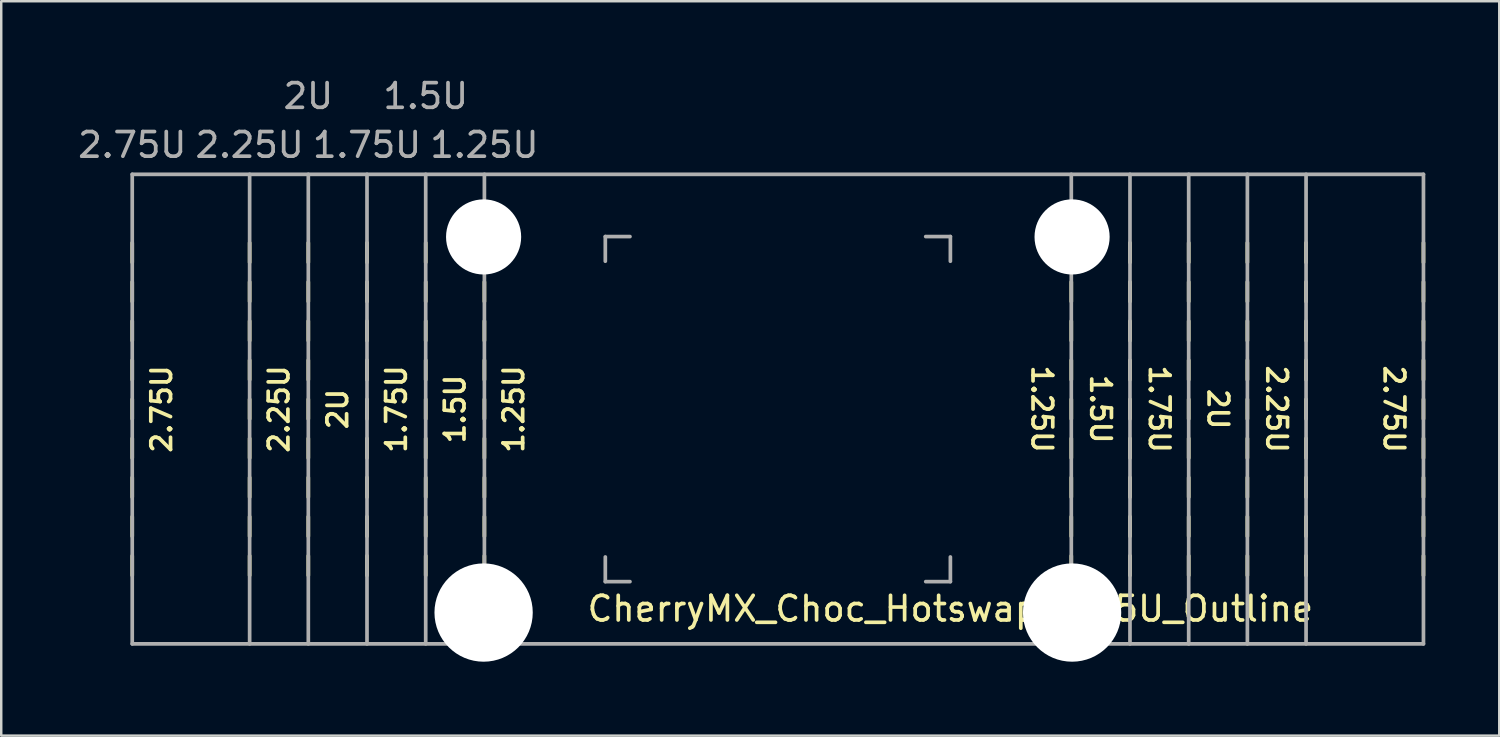
<source format=kicad_pcb>
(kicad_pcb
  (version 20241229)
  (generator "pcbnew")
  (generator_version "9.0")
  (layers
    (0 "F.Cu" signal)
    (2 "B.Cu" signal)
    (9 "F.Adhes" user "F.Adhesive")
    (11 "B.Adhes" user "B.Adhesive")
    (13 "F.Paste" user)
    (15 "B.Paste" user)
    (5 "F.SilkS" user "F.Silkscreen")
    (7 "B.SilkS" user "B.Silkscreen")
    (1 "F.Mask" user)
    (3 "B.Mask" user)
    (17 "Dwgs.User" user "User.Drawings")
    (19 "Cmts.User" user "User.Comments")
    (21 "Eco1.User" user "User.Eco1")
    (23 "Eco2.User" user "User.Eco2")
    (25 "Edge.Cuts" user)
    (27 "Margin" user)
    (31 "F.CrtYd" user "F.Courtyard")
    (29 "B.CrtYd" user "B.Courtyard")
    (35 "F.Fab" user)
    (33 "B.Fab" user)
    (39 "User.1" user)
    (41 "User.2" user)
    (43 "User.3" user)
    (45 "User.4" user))
  (footprint "CherryMX_Choc_Hotswap_2.75U_Outline"
    (layer "F.Cu")
    (at 28.509 13.548)
    (property "Reference" "CherryMX_Choc_Hotswap_2.75U_Outline" (at 7 8.1 0) (layer "F.SilkS") (effects (font (size 1 1) (thickness 0.15))))
    (attr through_hole)
    (fp_line (start -26.194 -5.953) (end -26.194 -6.747) (stroke (width 0.15) (type solid)) (layer "F.SilkS"))
    (fp_line (start -26.194 -4.366) (end -26.194 -5.159) (stroke (width 0.15) (type solid)) (layer "F.SilkS"))
    (fp_line (start -26.194 -2.778) (end -26.194 -3.572) (stroke (width 0.15) (type solid)) (layer "F.SilkS"))
    (fp_line (start -26.194 -1.191) (end -26.194 -1.984) (stroke (width 0.15) (type solid)) (layer "F.SilkS"))
    (fp_line (start -26.194 -0.397) (end -26.194 0.397) (stroke (width 0.15) (type solid)) (layer "F.SilkS"))
    (fp_line (start -26.194 1.191) (end -26.194 1.984) (stroke (width 0.15) (type solid)) (layer "F.SilkS"))
    (fp_line (start -26.194 2.778) (end -26.194 3.572) (stroke (width 0.15) (type solid)) (layer "F.SilkS"))
    (fp_line (start -26.194 4.366) (end -26.194 5.159) (stroke (width 0.15) (type solid)) (layer "F.SilkS"))
    (fp_line (start -26.194 5.953) (end -26.194 6.747) (stroke (width 0.15) (type solid)) (layer "F.SilkS"))
    (fp_line (start -21.431 -5.953) (end -21.431 -6.747) (stroke (width 0.15) (type solid)) (layer "F.SilkS"))
    (fp_line (start -21.431 -4.366) (end -21.431 -5.159) (stroke (width 0.15) (type solid)) (layer "F.SilkS"))
    (fp_line (start -21.431 -2.778) (end -21.431 -3.572) (stroke (width 0.15) (type solid)) (layer "F.SilkS"))
    (fp_line (start -21.431 -1.191) (end -21.431 -1.984) (stroke (width 0.15) (type solid)) (layer "F.SilkS"))
    (fp_line (start -21.431 -0.397) (end -21.431 0.397) (stroke (width 0.15) (type solid)) (layer "F.SilkS"))
    (fp_line (start -21.431 1.191) (end -21.431 1.984) (stroke (width 0.15) (type solid)) (layer "F.SilkS"))
    (fp_line (start -21.431 2.778) (end -21.431 3.572) (stroke (width 0.15) (type solid)) (layer "F.SilkS"))
    (fp_line (start -21.431 4.366) (end -21.431 5.159) (stroke (width 0.15) (type solid)) (layer "F.SilkS"))
    (fp_line (start -21.431 5.953) (end -21.431 6.747) (stroke (width 0.15) (type solid)) (layer "F.SilkS"))
    (fp_line (start -19.05 -5.953) (end -19.05 -6.747) (stroke (width 0.15) (type solid)) (layer "F.SilkS"))
    (fp_line (start -19.05 -4.366) (end -19.05 -5.159) (stroke (width 0.15) (type solid)) (layer "F.SilkS"))
    (fp_line (start -19.05 -2.778) (end -19.05 -3.572) (stroke (width 0.15) (type solid)) (layer "F.SilkS"))
    (fp_line (start -19.05 -1.191) (end -19.05 -1.984) (stroke (width 0.15) (type solid)) (layer "F.SilkS"))
    (fp_line (start -19.05 -0.397) (end -19.05 0.397) (stroke (width 0.15) (type solid)) (layer "F.SilkS"))
    (fp_line (start -19.05 1.191) (end -19.05 1.984) (stroke (width 0.15) (type solid)) (layer "F.SilkS"))
    (fp_line (start -19.05 2.778) (end -19.05 3.572) (stroke (width 0.15) (type solid)) (layer "F.SilkS"))
    (fp_line (start -19.05 4.366) (end -19.05 5.159) (stroke (width 0.15) (type solid)) (layer "F.SilkS"))
    (fp_line (start -19.05 5.953) (end -19.05 6.747) (stroke (width 0.15) (type solid)) (layer "F.SilkS"))
    (fp_line (start -16.669 -5.953) (end -16.669 -6.747) (stroke (width 0.15) (type solid)) (layer "F.SilkS"))
    (fp_line (start -16.669 -4.366) (end -16.669 -5.159) (stroke (width 0.15) (type solid)) (layer "F.SilkS"))
    (fp_line (start -16.669 -2.778) (end -16.669 -3.572) (stroke (width 0.15) (type solid)) (layer "F.SilkS"))
    (fp_line (start -16.669 -1.191) (end -16.669 -1.984) (stroke (width 0.15) (type solid)) (layer "F.SilkS"))
    (fp_line (start -16.669 -0.397) (end -16.669 0.397) (stroke (width 0.15) (type solid)) (layer "F.SilkS"))
    (fp_line (start -16.669 1.191) (end -16.669 1.984) (stroke (width 0.15) (type solid)) (layer "F.SilkS"))
    (fp_line (start -16.669 2.778) (end -16.669 3.572) (stroke (width 0.15) (type solid)) (layer "F.SilkS"))
    (fp_line (start -16.669 4.366) (end -16.669 5.159) (stroke (width 0.15) (type solid)) (layer "F.SilkS"))
    (fp_line (start -16.669 5.953) (end -16.669 6.747) (stroke (width 0.15) (type solid)) (layer "F.SilkS"))
    (fp_line (start -14.287 -5.953) (end -14.287 -6.747) (stroke (width 0.15) (type solid)) (layer "F.SilkS"))
    (fp_line (start -14.287 -4.366) (end -14.287 -5.159) (stroke (width 0.15) (type solid)) (layer "F.SilkS"))
    (fp_line (start -14.287 -2.778) (end -14.287 -3.572) (stroke (width 0.15) (type solid)) (layer "F.SilkS"))
    (fp_line (start -14.287 -1.191) (end -14.287 -1.984) (stroke (width 0.15) (type solid)) (layer "F.SilkS"))
    (fp_line (start -14.287 -0.397) (end -14.287 0.397) (stroke (width 0.15) (type solid)) (layer "F.SilkS"))
    (fp_line (start -14.287 1.191) (end -14.287 1.984) (stroke (width 0.15) (type solid)) (layer "F.SilkS"))
    (fp_line (start -14.287 2.778) (end -14.287 3.572) (stroke (width 0.15) (type solid)) (layer "F.SilkS"))
    (fp_line (start -14.287 4.366) (end -14.287 5.159) (stroke (width 0.15) (type solid)) (layer "F.SilkS"))
    (fp_line (start -14.287 5.953) (end -14.287 6.747) (stroke (width 0.15) (type solid)) (layer "F.SilkS"))
    (fp_line (start -11.906 -5.953) (end -11.906 -6.747) (stroke (width 0.15) (type solid)) (layer "F.SilkS"))
    (fp_line (start -11.906 -4.366) (end -11.906 -5.159) (stroke (width 0.15) (type solid)) (layer "F.SilkS"))
    (fp_line (start -11.906 -2.778) (end -11.906 -3.572) (stroke (width 0.15) (type solid)) (layer "F.SilkS"))
    (fp_line (start -11.906 -1.191) (end -11.906 -1.984) (stroke (width 0.15) (type solid)) (layer "F.SilkS"))
    (fp_line (start -11.906 -0.397) (end -11.906 0.397) (stroke (width 0.15) (type solid)) (layer "F.SilkS"))
    (fp_line (start -11.906 1.191) (end -11.906 1.984) (stroke (width 0.15) (type solid)) (layer "F.SilkS"))
    (fp_line (start -11.906 2.778) (end -11.906 3.572) (stroke (width 0.15) (type solid)) (layer "F.SilkS"))
    (fp_line (start -11.906 4.366) (end -11.906 5.159) (stroke (width 0.15) (type solid)) (layer "F.SilkS"))
    (fp_line (start -11.906 5.953) (end -11.906 6.747) (stroke (width 0.15) (type solid)) (layer "F.SilkS"))
    (fp_line (start 11.906 -5.953) (end 11.906 -6.747) (stroke (width 0.15) (type solid)) (layer "F.SilkS"))
    (fp_line (start 11.906 -4.366) (end 11.906 -5.159) (stroke (width 0.15) (type solid)) (layer "F.SilkS"))
    (fp_line (start 11.906 -2.778) (end 11.906 -3.572) (stroke (width 0.15) (type solid)) (layer "F.SilkS"))
    (fp_line (start 11.906 -1.191) (end 11.906 -1.984) (stroke (width 0.15) (type solid)) (layer "F.SilkS"))
    (fp_line (start 11.906 -0.397) (end 11.906 0.397) (stroke (width 0.15) (type solid)) (layer "F.SilkS"))
    (fp_line (start 11.906 1.191) (end 11.906 1.984) (stroke (width 0.15) (type solid)) (layer "F.SilkS"))
    (fp_line (start 11.906 2.778) (end 11.906 3.572) (stroke (width 0.15) (type solid)) (layer "F.SilkS"))
    (fp_line (start 11.906 4.366) (end 11.906 5.159) (stroke (width 0.15) (type solid)) (layer "F.SilkS"))
    (fp_line (start 11.906 5.953) (end 11.906 6.747) (stroke (width 0.15) (type solid)) (layer "F.SilkS"))
    (fp_line (start 14.287 -5.953) (end 14.287 -6.747) (stroke (width 0.15) (type solid)) (layer "F.SilkS"))
    (fp_line (start 14.287 -4.366) (end 14.287 -5.159) (stroke (width 0.15) (type solid)) (layer "F.SilkS"))
    (fp_line (start 14.287 -2.778) (end 14.287 -3.572) (stroke (width 0.15) (type solid)) (layer "F.SilkS"))
    (fp_line (start 14.287 -1.191) (end 14.287 -1.984) (stroke (width 0.15) (type solid)) (layer "F.SilkS"))
    (fp_line (start 14.287 -0.397) (end 14.287 0.397) (stroke (width 0.15) (type solid)) (layer "F.SilkS"))
    (fp_line (start 14.287 1.191) (end 14.287 1.984) (stroke (width 0.15) (type solid)) (layer "F.SilkS"))
    (fp_line (start 14.287 2.778) (end 14.287 3.572) (stroke (width 0.15) (type solid)) (layer "F.SilkS"))
    (fp_line (start 14.287 4.366) (end 14.287 5.159) (stroke (width 0.15) (type solid)) (layer "F.SilkS"))
    (fp_line (start 14.287 5.953) (end 14.287 6.747) (stroke (width 0.15) (type solid)) (layer "F.SilkS"))
    (fp_line (start 16.669 -5.953) (end 16.669 -6.747) (stroke (width 0.15) (type solid)) (layer "F.SilkS"))
    (fp_line (start 16.669 -4.366) (end 16.669 -5.159) (stroke (width 0.15) (type solid)) (layer "F.SilkS"))
    (fp_line (start 16.669 -2.778) (end 16.669 -3.572) (stroke (width 0.15) (type solid)) (layer "F.SilkS"))
    (fp_line (start 16.669 -1.191) (end 16.669 -1.984) (stroke (width 0.15) (type solid)) (layer "F.SilkS"))
    (fp_line (start 16.669 -0.397) (end 16.669 0.397) (stroke (width 0.15) (type solid)) (layer "F.SilkS"))
    (fp_line (start 16.669 1.191) (end 16.669 1.984) (stroke (width 0.15) (type solid)) (layer "F.SilkS"))
    (fp_line (start 16.669 2.778) (end 16.669 3.572) (stroke (width 0.15) (type solid)) (layer "F.SilkS"))
    (fp_line (start 16.669 4.366) (end 16.669 5.159) (stroke (width 0.15) (type solid)) (layer "F.SilkS"))
    (fp_line (start 16.669 5.953) (end 16.669 6.747) (stroke (width 0.15) (type solid)) (layer "F.SilkS"))
    (fp_line (start 19.05 -5.953) (end 19.05 -6.747) (stroke (width 0.15) (type solid)) (layer "F.SilkS"))
    (fp_line (start 19.05 -4.366) (end 19.05 -5.159) (stroke (width 0.15) (type solid)) (layer "F.SilkS"))
    (fp_line (start 19.05 -2.778) (end 19.05 -3.572) (stroke (width 0.15) (type solid)) (layer "F.SilkS"))
    (fp_line (start 19.05 -1.191) (end 19.05 -1.984) (stroke (width 0.15) (type solid)) (layer "F.SilkS"))
    (fp_line (start 19.05 -0.397) (end 19.05 0.397) (stroke (width 0.15) (type solid)) (layer "F.SilkS"))
    (fp_line (start 19.05 1.191) (end 19.05 1.984) (stroke (width 0.15) (type solid)) (layer "F.SilkS"))
    (fp_line (start 19.05 2.778) (end 19.05 3.572) (stroke (width 0.15) (type solid)) (layer "F.SilkS"))
    (fp_line (start 19.05 4.366) (end 19.05 5.159) (stroke (width 0.15) (type solid)) (layer "F.SilkS"))
    (fp_line (start 19.05 5.953) (end 19.05 6.747) (stroke (width 0.15) (type solid)) (layer "F.SilkS"))
    (fp_line (start 21.431 -5.953) (end 21.431 -6.747) (stroke (width 0.15) (type solid)) (layer "F.SilkS"))
    (fp_line (start 21.431 -4.366) (end 21.431 -5.159) (stroke (width 0.15) (type solid)) (layer "F.SilkS"))
    (fp_line (start 21.431 -2.778) (end 21.431 -3.572) (stroke (width 0.15) (type solid)) (layer "F.SilkS"))
    (fp_line (start 21.431 -1.191) (end 21.431 -1.984) (stroke (width 0.15) (type solid)) (layer "F.SilkS"))
    (fp_line (start 21.431 -0.397) (end 21.431 0.397) (stroke (width 0.15) (type solid)) (layer "F.SilkS"))
    (fp_line (start 21.431 1.191) (end 21.431 1.984) (stroke (width 0.15) (type solid)) (layer "F.SilkS"))
    (fp_line (start 21.431 2.778) (end 21.431 3.572) (stroke (width 0.15) (type solid)) (layer "F.SilkS"))
    (fp_line (start 21.431 4.366) (end 21.431 5.159) (stroke (width 0.15) (type solid)) (layer "F.SilkS"))
    (fp_line (start 21.431 5.953) (end 21.431 6.747) (stroke (width 0.15) (type solid)) (layer "F.SilkS"))
    (fp_line (start 26.194 -5.953) (end 26.194 -6.747) (stroke (width 0.15) (type solid)) (layer "F.SilkS"))
    (fp_line (start 26.194 -4.366) (end 26.194 -5.159) (stroke (width 0.15) (type solid)) (layer "F.SilkS"))
    (fp_line (start 26.194 -2.778) (end 26.194 -3.572) (stroke (width 0.15) (type solid)) (layer "F.SilkS"))
    (fp_line (start 26.194 -1.191) (end 26.194 -1.984) (stroke (width 0.15) (type solid)) (layer "F.SilkS"))
    (fp_line (start 26.194 -0.397) (end 26.194 0.397) (stroke (width 0.15) (type solid)) (layer "F.SilkS"))
    (fp_line (start 26.194 1.191) (end 26.194 1.984) (stroke (width 0.15) (type solid)) (layer "F.SilkS"))
    (fp_line (start 26.194 2.778) (end 26.194 3.572) (stroke (width 0.15) (type solid)) (layer "F.SilkS"))
    (fp_line (start 26.194 4.366) (end 26.194 5.159) (stroke (width 0.15) (type solid)) (layer "F.SilkS"))
    (fp_line (start 26.194 5.953) (end 26.194 6.747) (stroke (width 0.15) (type solid)) (layer "F.SilkS"))
    (fp_line (start -26.194 -9.525) (end 26.194 -9.525) (stroke (width 0.15) (type solid)) (layer "F.Fab"))
    (fp_line (start -26.194 9.525) (end -26.194 -9.525) (stroke (width 0.15) (type solid)) (layer "F.Fab"))
    (fp_line (start -26.194 9.525) (end 26.194 9.525) (stroke (width 0.15) (type solid)) (layer "F.Fab"))
    (fp_line (start -21.431 -9.525) (end -21.431 9.525) (stroke (width 0.15) (type solid)) (layer "F.Fab"))
    (fp_line (start -19.05 -9.525) (end -19.05 9.525) (stroke (width 0.15) (type solid)) (layer "F.Fab"))
    (fp_line (start -16.669 -9.525) (end -16.669 9.525) (stroke (width 0.15) (type solid)) (layer "F.Fab"))
    (fp_line (start -14.287 -9.525) (end -14.287 9.525) (stroke (width 0.15) (type solid)) (layer "F.Fab"))
    (fp_line (start -11.906 -9.525) (end -11.906 9.525) (stroke (width 0.15) (type solid)) (layer "F.Fab"))
    (fp_line (start -7 -7) (end -7 -6) (stroke (width 0.15) (type solid)) (layer "F.Fab"))
    (fp_line (start -7 6) (end -7 7) (stroke (width 0.15) (type solid)) (layer "F.Fab"))
    (fp_line (start -7 7) (end -6 7) (stroke (width 0.15) (type solid)) (layer "F.Fab"))
    (fp_line (start -6 -7) (end -7 -7) (stroke (width 0.15) (type solid)) (layer "F.Fab"))
    (fp_line (start 6 -7) (end 7 -7) (stroke (width 0.15) (type solid)) (layer "F.Fab"))
    (fp_line (start 6 7) (end 7 7) (stroke (width 0.15) (type solid)) (layer "F.Fab"))
    (fp_line (start 7 -7) (end 7 -6) (stroke (width 0.15) (type solid)) (layer "F.Fab"))
    (fp_line (start 7 7) (end 7 6) (stroke (width 0.15) (type solid)) (layer "F.Fab"))
    (fp_line (start 11.906 -9.525) (end 11.906 9.525) (stroke (width 0.15) (type solid)) (layer "F.Fab"))
    (fp_line (start 14.287 -9.525) (end 14.287 9.525) (stroke (width 0.15) (type solid)) (layer "F.Fab"))
    (fp_line (start 16.669 -9.525) (end 16.669 9.525) (stroke (width 0.15) (type solid)) (layer "F.Fab"))
    (fp_line (start 19.05 -9.525) (end 19.05 9.525) (stroke (width 0.15) (type solid)) (layer "F.Fab"))
    (fp_line (start 21.431 -9.525) (end 21.431 9.525) (stroke (width 0.15) (type solid)) (layer "F.Fab"))
    (fp_line (start 26.194 -9.525) (end 26.194 9.525) (stroke (width 0.15) (type solid)) (layer "F.Fab"))
    (fp_text user "2.75U" (at -25.003 0 90) (unlocked yes) (layer "F.SilkS") (effects (font (size 0.8 0.8) (thickness 0.15))))
    (fp_text user "2.75U" (at 25.003 0 270) (unlocked yes) (layer "F.SilkS") (effects (font (size 0.8 0.8) (thickness 0.15))))
    (fp_text user "1.75U" (at 15.478 0 270) (unlocked yes) (layer "F.SilkS") (effects (font (size 0.8 0.8) (thickness 0.15))))
    (fp_text user "1.5U" (at 13.097 0 270) (unlocked yes) (layer "F.SilkS") (effects (font (size 0.8 0.8) (thickness 0.15))))
    (fp_text user "2U" (at 17.859 0 270) (unlocked yes) (layer "F.SilkS") (effects (font (size 0.8 0.8) (thickness 0.15))))
    (fp_text user "1.25U" (at 10.716 0 270) (unlocked yes) (layer "F.SilkS") (effects (font (size 0.8 0.8) (thickness 0.15))))
    (fp_text user "2.25U" (at 20.241 0 270) (unlocked yes) (layer "F.SilkS") (effects (font (size 0.8 0.8) (thickness 0.15))))
    (fp_text user "2U" (at -17.859 0 90) (unlocked yes) (layer "F.SilkS") (effects (font (size 0.8 0.8) (thickness 0.15))))
    (fp_text user "1.75U" (at -15.478 0 90) (unlocked yes) (layer "F.SilkS") (effects (font (size 0.8 0.8) (thickness 0.15))))
    (fp_text user "2.25U" (at -20.241 0 90) (unlocked yes) (layer "F.SilkS") (effects (font (size 0.8 0.8) (thickness 0.15))))
    (fp_text user "1.5U" (at -13.097 0 90) (unlocked yes) (layer "F.SilkS") (effects (font (size 0.8 0.8) (thickness 0.15))))
    (fp_text user "1.25U" (at -10.716 0 90) (unlocked yes) (layer "F.SilkS") (effects (font (size 0.8 0.8) (thickness 0.15))))
    (fp_text user "1.25U" (at -11.906 -10.716 0) (layer "F.Fab") (effects (font (size 1 1) (thickness 0.15))))
    (fp_text user "1.5U" (at -14.287 -12.7 0) (layer "F.Fab") (effects (font (size 1 1) (thickness 0.15))))
    (fp_text user "2U" (at -19.05 -12.7 0) (layer "F.Fab") (effects (font (size 1 1) (thickness 0.15))))
    (fp_text user "2.75U" (at -26.194 -10.716 0) (layer "F.Fab") (effects (font (size 1 1) (thickness 0.15))))
    (fp_text user "2.25U" (at -21.431 -10.716 0) (layer "F.Fab") (effects (font (size 1 1) (thickness 0.15))))
    (fp_text user "1.75U" (at -16.669 -10.716 0) (layer "F.Fab") (effects (font (size 1 1) (thickness 0.15))))
    (pad "" np_thru_hole circle (at -11.938 -6.985) (size 3.048 3.048) (drill 3.048) (layers "*.Cu" "*.Mask"))
    (pad "" np_thru_hole circle (at -11.938 8.255) (size 3.988 3.988) (drill 3.988) (layers "*.Cu" "*.Mask"))
    (pad "" np_thru_hole circle (at 11.938 -6.985) (size 3.048 3.048) (drill 3.048) (layers "*.Cu" "*.Mask"))
    (pad "" np_thru_hole circle (at 11.938 8.255) (size 3.988 3.988) (drill 3.988) (layers "*.Cu" "*.Mask")))
  (gr_rect
    (start -3 -3)
    (end 57.778 26.797)
    (stroke (width 0.1) (type default))
    (fill no)
    (layer "Edge.Cuts")))
</source>
